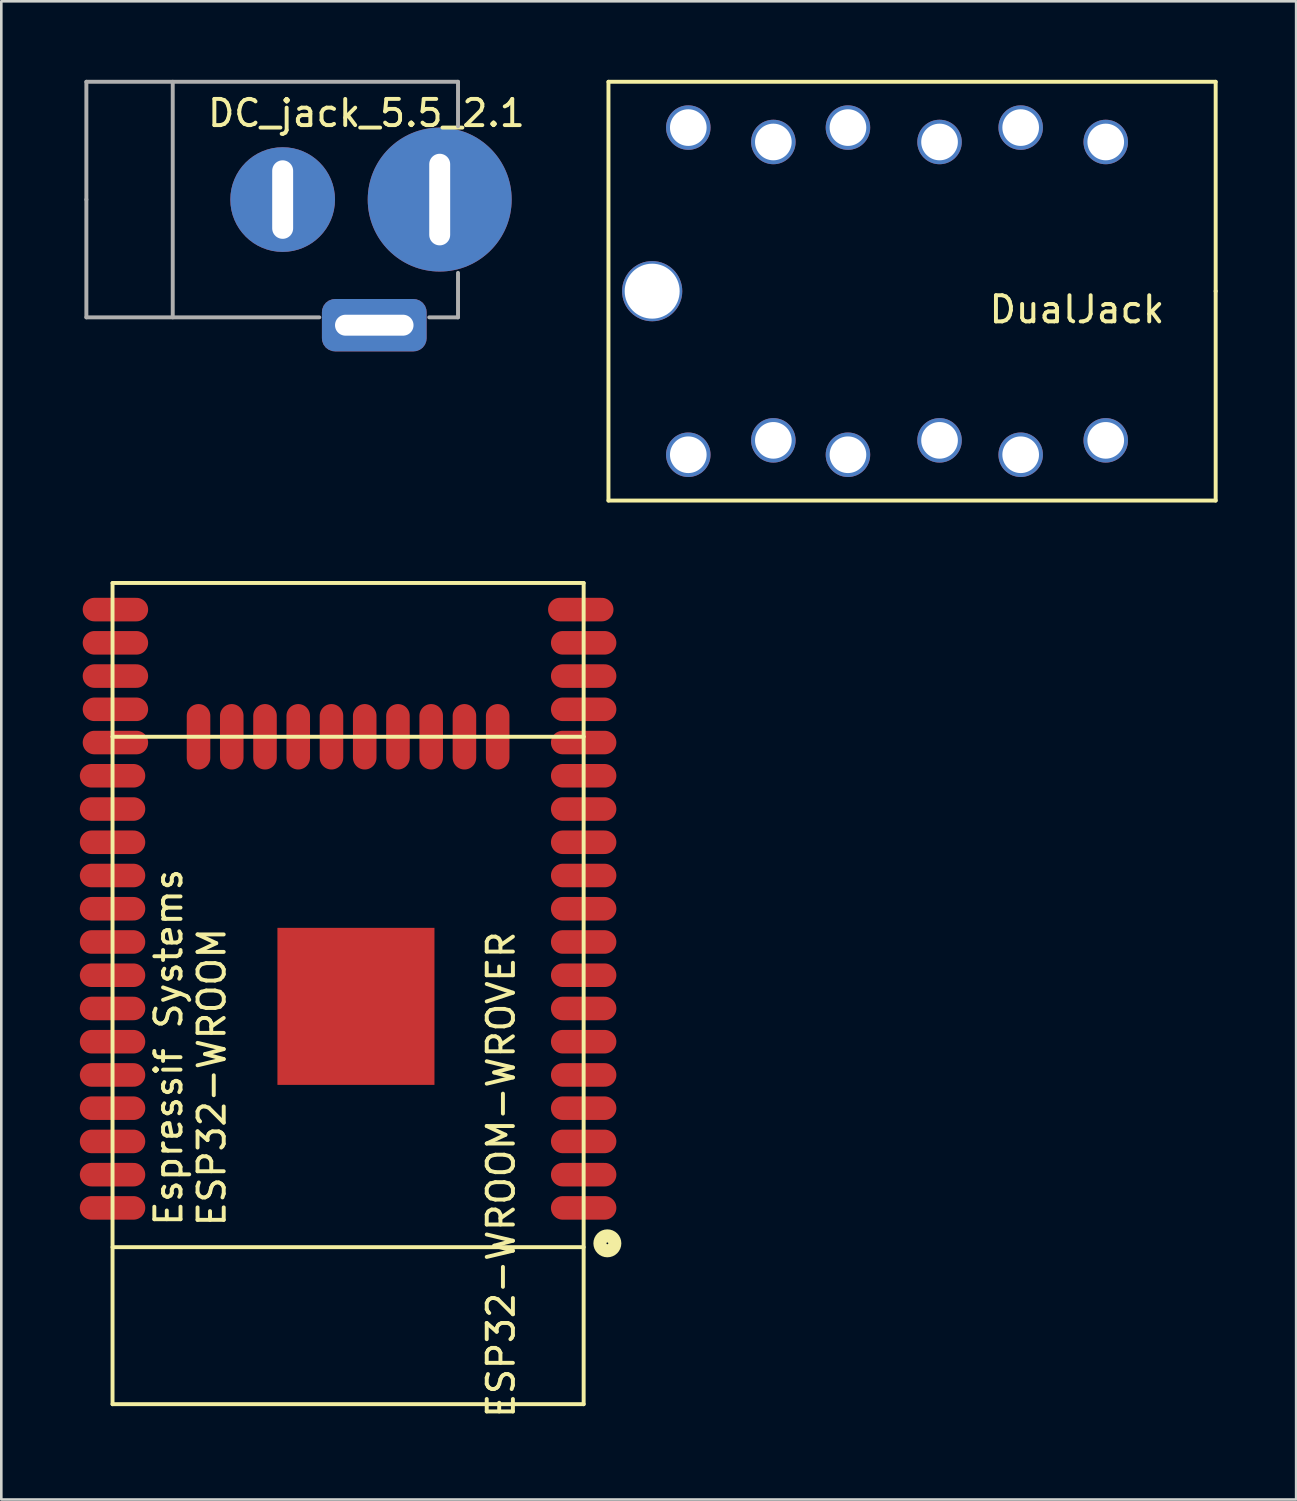
<source format=kicad_pcb>
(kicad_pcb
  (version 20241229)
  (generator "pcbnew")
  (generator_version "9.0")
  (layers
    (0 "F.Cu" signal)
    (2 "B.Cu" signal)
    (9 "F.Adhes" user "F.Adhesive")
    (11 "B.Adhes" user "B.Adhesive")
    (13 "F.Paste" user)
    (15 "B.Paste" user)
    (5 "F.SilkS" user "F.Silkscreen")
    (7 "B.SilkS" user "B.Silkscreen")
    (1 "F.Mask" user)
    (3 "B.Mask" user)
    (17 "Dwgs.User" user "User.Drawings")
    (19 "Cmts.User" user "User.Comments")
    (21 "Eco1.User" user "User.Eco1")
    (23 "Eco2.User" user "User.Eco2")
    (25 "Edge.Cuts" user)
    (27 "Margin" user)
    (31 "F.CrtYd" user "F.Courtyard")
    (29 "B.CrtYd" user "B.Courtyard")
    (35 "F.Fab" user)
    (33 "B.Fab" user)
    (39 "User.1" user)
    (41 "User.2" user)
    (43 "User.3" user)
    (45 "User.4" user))
  (footprint "DualJack"
    (layer "F.Cu")
    (at 39.198 8.075)
    (property "Reference" "DualJack" (at -1.1 0.7 0) (layer "F.SilkS") (effects (font (size 1 1) (thickness 0.15))))
    (attr through_hole)
    (fp_line (start -19 -8) (end -19 8) (stroke (width 0.15) (type solid)) (layer "F.SilkS"))
    (fp_line (start -19 8) (end 4.2 8) (stroke (width 0.15) (type solid)) (layer "F.SilkS"))
    (fp_line (start 4.2 -8) (end -19 -8) (stroke (width 0.15) (type solid)) (layer "F.SilkS"))
    (fp_line (start 4.2 0) (end 4.2 -8) (stroke (width 0.15) (type solid)) (layer "F.SilkS"))
    (fp_line (start 4.2 8) (end 4.2 0) (stroke (width 0.15) (type solid)) (layer "F.SilkS"))
    (pad "1" thru_hole circle (at 0 5.7) (size 1.7 1.7) (drill 1.4) (layers "*.Cu" "*.Mask"))
    (pad "2" thru_hole circle (at -6.35 5.7) (size 1.7 1.7) (drill 1.4) (layers "*.Cu" "*.Mask"))
    (pad "3" thru_hole circle (at -12.7 5.7 90) (size 1.7 1.7) (drill 1.4) (layers "*.Cu" "*.Mask"))
    (pad "4" thru_hole circle (at 0 -5.7 180) (size 1.7 1.7) (drill 1.4) (layers "*.Cu" "*.Mask"))
    (pad "5" thru_hole circle (at -6.35 -5.7 90) (size 1.7 1.7) (drill 1.4) (layers "*.Cu" "*.Mask"))
    (pad "6" thru_hole circle (at -12.7 -5.7 90) (size 1.7 1.7) (drill 1.4) (layers "*.Cu" "*.Mask"))
    (pad "7" thru_hole circle (at -3.25 6.25 90) (size 1.7 1.7) (drill 1.4) (layers "*.Cu" "*.Mask"))
    (pad "8" thru_hole circle (at -9.85 6.25 90) (size 1.7 1.7) (drill 1.4) (layers "*.Cu" "*.Mask"))
    (pad "9" thru_hole circle (at -15.95 6.25 90) (size 1.7 1.7) (drill 1.4) (layers "*.Cu" "*.Mask"))
    (pad "10" thru_hole circle (at -3.25 -6.25 90) (size 1.7 1.7) (drill 1.4) (layers "*.Cu" "*.Mask"))
    (pad "11" thru_hole circle (at -9.85 -6.25 90) (size 1.7 1.7) (drill 1.4) (layers "*.Cu" "*.Mask"))
    (pad "12" thru_hole circle (at -15.95 -6.25 90) (size 1.7 1.7) (drill 1.4) (layers "*.Cu" "*.Mask"))
    (pad "13" thru_hole circle (at -17.33 0 90) (size 2.3 2.3) (drill 2.1) (layers "*.Cu" "*.Mask")))
  (footprint "ESP32-WROOM-WROVER"
    (layer "F.Cu")
    (at 10.25 43.101)
    (property "Reference" "ESP32-WROOM-WROVER" (at 5.842 -1.27 90) (layer "F.SilkS") (effects (font (size 1 1) (thickness 0.15))))
    (attr through_hole)
    (fp_line (start -9 -23.876) (end 9 -23.876) (stroke (width 0.15) (type solid)) (layer "F.SilkS"))
    (fp_line (start -9 -18.034) (end -9 -23.876) (stroke (width 0.15) (type solid)) (layer "F.SilkS"))
    (fp_line (start -9 -18) (end 9 -18) (stroke (width 0.15) (type solid)) (layer "F.SilkS"))
    (fp_line (start -9 1.5) (end 9 1.5) (stroke (width 0.15) (type solid)) (layer "F.SilkS"))
    (fp_line (start -9 7.5) (end -9 -18) (stroke (width 0.15) (type solid)) (layer "F.SilkS"))
    (fp_line (start -9 7.5) (end 9 7.5) (stroke (width 0.15) (type solid)) (layer "F.SilkS"))
    (fp_line (start 9 -23.876) (end 9 -18.034) (stroke (width 0.15) (type solid)) (layer "F.SilkS"))
    (fp_line (start 9 7.5) (end 9 -18) (stroke (width 0.15) (type solid)) (layer "F.SilkS"))
    (fp_circle (center 9.906 1.354) (end 10.033 1.608) (stroke (width 0.5) (type solid)) (fill no) (layer "F.SilkS"))
    (fp_text user "Espressif Systems" (at -6.858 -6.139 90) (layer "F.SilkS") (effects (font (size 1 1) (thickness 0.15))))
    (fp_text user "ESP32-WROOM" (at -5.207 -4.996 90) (layer "F.SilkS") (effects (font (size 1 1) (thickness 0.15))))
    (pad "1" smd oval (at 9 0) (size 2.5 0.9) (layers "F.Cu" "F.Mask" "F.Paste"))
    (pad "2" smd oval (at 9 -1.27) (size 2.5 0.9) (layers "F.Cu" "F.Mask" "F.Paste"))
    (pad "3" smd oval (at 9 -2.54) (size 2.5 0.9) (layers "F.Cu" "F.Mask" "F.Paste"))
    (pad "4" smd oval (at 9 -3.81) (size 2.5 0.9) (layers "F.Cu" "F.Mask" "F.Paste"))
    (pad "5" smd oval (at 9 -5.08) (size 2.5 0.9) (layers "F.Cu" "F.Mask" "F.Paste"))
    (pad "6" smd oval (at 9 -6.35) (size 2.5 0.9) (layers "F.Cu" "F.Mask" "F.Paste"))
    (pad "7" smd oval (at 9 -7.62) (size 2.5 0.9) (layers "F.Cu" "F.Mask" "F.Paste"))
    (pad "8" smd oval (at 9 -8.89) (size 2.5 0.9) (layers "F.Cu" "F.Mask" "F.Paste"))
    (pad "9" smd oval (at 9 -10.16) (size 2.5 0.9) (layers "F.Cu" "F.Mask" "F.Paste"))
    (pad "10" smd oval (at 9 -11.43) (size 2.5 0.9) (layers "F.Cu" "F.Mask" "F.Paste"))
    (pad "11" smd oval (at 9 -12.7) (size 2.5 0.9) (layers "F.Cu" "F.Mask" "F.Paste"))
    (pad "12" smd oval (at 9 -13.97) (size 2.5 0.9) (layers "F.Cu" "F.Mask" "F.Paste"))
    (pad "13" smd oval (at 9 -15.24) (size 2.5 0.9) (layers "F.Cu" "F.Mask" "F.Paste"))
    (pad "14" smd oval (at 9 -16.51) (size 2.5 0.9) (layers "F.Cu" "F.Mask" "F.Paste"))
    (pad "15" smd oval (at 5.715 -18) (size 0.9 2.5) (layers "F.Cu" "F.Mask" "F.Paste"))
    (pad "15" smd oval (at 9 -17.78) (size 2.5 0.9) (layers "F.Cu" "F.Mask" "F.Paste"))
    (pad "16" smd oval (at 4.445 -18) (size 0.9 2.5) (layers "F.Cu" "F.Mask" "F.Paste"))
    (pad "16" smd oval (at 9 -19.05) (size 2.5 0.9) (layers "F.Cu" "F.Mask" "F.Paste"))
    (pad "17" smd oval (at 3.175 -18) (size 0.9 2.5) (layers "F.Cu" "F.Mask" "F.Paste"))
    (pad "17" smd oval (at 9 -20.32) (size 2.5 0.9) (layers "F.Cu" "F.Mask" "F.Paste"))
    (pad "18" smd oval (at 1.905 -18) (size 0.9 2.5) (layers "F.Cu" "F.Mask" "F.Paste"))
    (pad "18" smd oval (at 9 -21.59) (size 2.5 0.9) (layers "F.Cu" "F.Mask" "F.Paste"))
    (pad "19" smd oval (at 0.635 -18) (size 0.9 2.5) (layers "F.Cu" "F.Mask" "F.Paste"))
    (pad "19" smd oval (at 8.89 -22.86) (size 2.5 0.9) (layers "F.Cu" "F.Mask" "F.Paste"))
    (pad "20" smd oval (at -8.89 -22.86 90) (size 0.9 2.5) (layers "F.Cu" "F.Mask" "F.Paste"))
    (pad "20" smd oval (at -0.635 -18) (size 0.9 2.5) (layers "F.Cu" "F.Mask" "F.Paste"))
    (pad "21" smd oval (at -8.89 -21.59 90) (size 0.9 2.5) (layers "F.Cu" "F.Mask" "F.Paste"))
    (pad "21" smd oval (at -1.905 -18) (size 0.9 2.5) (layers "F.Cu" "F.Mask" "F.Paste"))
    (pad "22" smd oval (at -8.89 -20.32 90) (size 0.9 2.5) (layers "F.Cu" "F.Mask" "F.Paste"))
    (pad "22" smd oval (at -3.175 -18) (size 0.9 2.5) (layers "F.Cu" "F.Mask" "F.Paste"))
    (pad "23" smd oval (at -8.89 -19.05 90) (size 0.9 2.5) (layers "F.Cu" "F.Mask" "F.Paste"))
    (pad "23" smd oval (at -4.445 -18) (size 0.9 2.5) (layers "F.Cu" "F.Mask" "F.Paste"))
    (pad "24" smd oval (at -8.89 -17.78 90) (size 0.9 2.5) (layers "F.Cu" "F.Mask" "F.Paste"))
    (pad "24" smd oval (at -5.715 -18) (size 0.9 2.5) (layers "F.Cu" "F.Mask" "F.Paste"))
    (pad "25" smd oval (at -9 -16.51) (size 2.5 0.9) (layers "F.Cu" "F.Mask" "F.Paste"))
    (pad "26" smd oval (at -9 -15.24) (size 2.5 0.9) (layers "F.Cu" "F.Mask" "F.Paste"))
    (pad "27" smd oval (at -9 -13.97) (size 2.5 0.9) (layers "F.Cu" "F.Mask" "F.Paste"))
    (pad "28" smd oval (at -9 -12.7) (size 2.5 0.9) (layers "F.Cu" "F.Mask" "F.Paste"))
    (pad "29" smd oval (at -9 -11.43) (size 2.5 0.9) (layers "F.Cu" "F.Mask" "F.Paste"))
    (pad "30" smd oval (at -9 -10.16) (size 2.5 0.9) (layers "F.Cu" "F.Mask" "F.Paste"))
    (pad "31" smd oval (at -9 -8.89) (size 2.5 0.9) (layers "F.Cu" "F.Mask" "F.Paste"))
    (pad "32" smd oval (at -9 -7.62) (size 2.5 0.9) (layers "F.Cu" "F.Mask" "F.Paste"))
    (pad "33" smd oval (at -9 -6.35) (size 2.5 0.9) (layers "F.Cu" "F.Mask" "F.Paste"))
    (pad "34" smd oval (at -9 -5.08) (size 2.5 0.9) (layers "F.Cu" "F.Mask" "F.Paste"))
    (pad "35" smd oval (at -9 -3.81) (size 2.5 0.9) (layers "F.Cu" "F.Mask" "F.Paste"))
    (pad "36" smd oval (at -9 -2.54) (size 2.5 0.9) (layers "F.Cu" "F.Mask" "F.Paste"))
    (pad "37" smd oval (at -9 -1.27) (size 2.5 0.9) (layers "F.Cu" "F.Mask" "F.Paste"))
    (pad "38" smd oval (at -9 0) (size 2.5 0.9) (layers "F.Cu" "F.Mask" "F.Paste"))
    (pad "39" smd rect (at 0.3 -7.7) (size 6 6) (layers "F.Cu" "F.Mask" "F.Paste")))
  (footprint "DC_jack_5.5_2.1"
    (layer "F.Cu")
    (at 0.25 4.575)
    (property "Reference" "DC_jack_5.5_2.1" (at 10.7 -3.3 180) (layer "F.SilkS") (effects (font (size 1 1) (thickness 0.15))))
    (attr through_hole)
    (fp_line (start 0 -4.5) (end 14.2 -4.5) (stroke (width 0.15) (type solid)) (layer "F.Fab"))
    (fp_line (start 0 0) (end 0 -4.5) (stroke (width 0.15) (type solid)) (layer "F.Fab"))
    (fp_line (start 0 4.5) (end 0 0) (stroke (width 0.15) (type solid)) (layer "F.Fab"))
    (fp_line (start 3.3 4.5) (end 3.3 -4.5) (stroke (width 0.15) (type solid)) (layer "F.Fab"))
    (fp_line (start 8.9 4.5) (end 0 4.5) (stroke (width 0.15) (type solid)) (layer "F.Fab"))
    (fp_line (start 13.1 4.5) (end 14.2 4.5) (stroke (width 0.15) (type solid)) (layer "F.Fab"))
    (fp_line (start 14.2 -4.5) (end 14.2 -2.8) (stroke (width 0.15) (type solid)) (layer "F.Fab"))
    (fp_line (start 14.2 4.5) (end 14.2 2.8) (stroke (width 0.15) (type solid)) (layer "F.Fab"))
    (pad "1" thru_hole circle (at 13.5 0) (size 5.5 5.5) (drill oval 0.8 3.5) (layers "*.Cu" "*.Mask"))
    (pad "2" thru_hole circle (at 7.5 0) (size 4 4) (drill oval 0.8 3) (layers "*.Cu" "*.Mask"))
    (pad "3" thru_hole roundrect (at 11 4.8) (size 4 2) (drill oval 3 0.8) (layers "*.Cu" "*.Mask") (roundrect_rratio 0.25)))
  (gr_rect
    (start -3 -3)
    (end 46.473 54.242)
    (stroke (width 0.1) (type default))
    (fill no)
    (layer "Edge.Cuts")))
</source>
